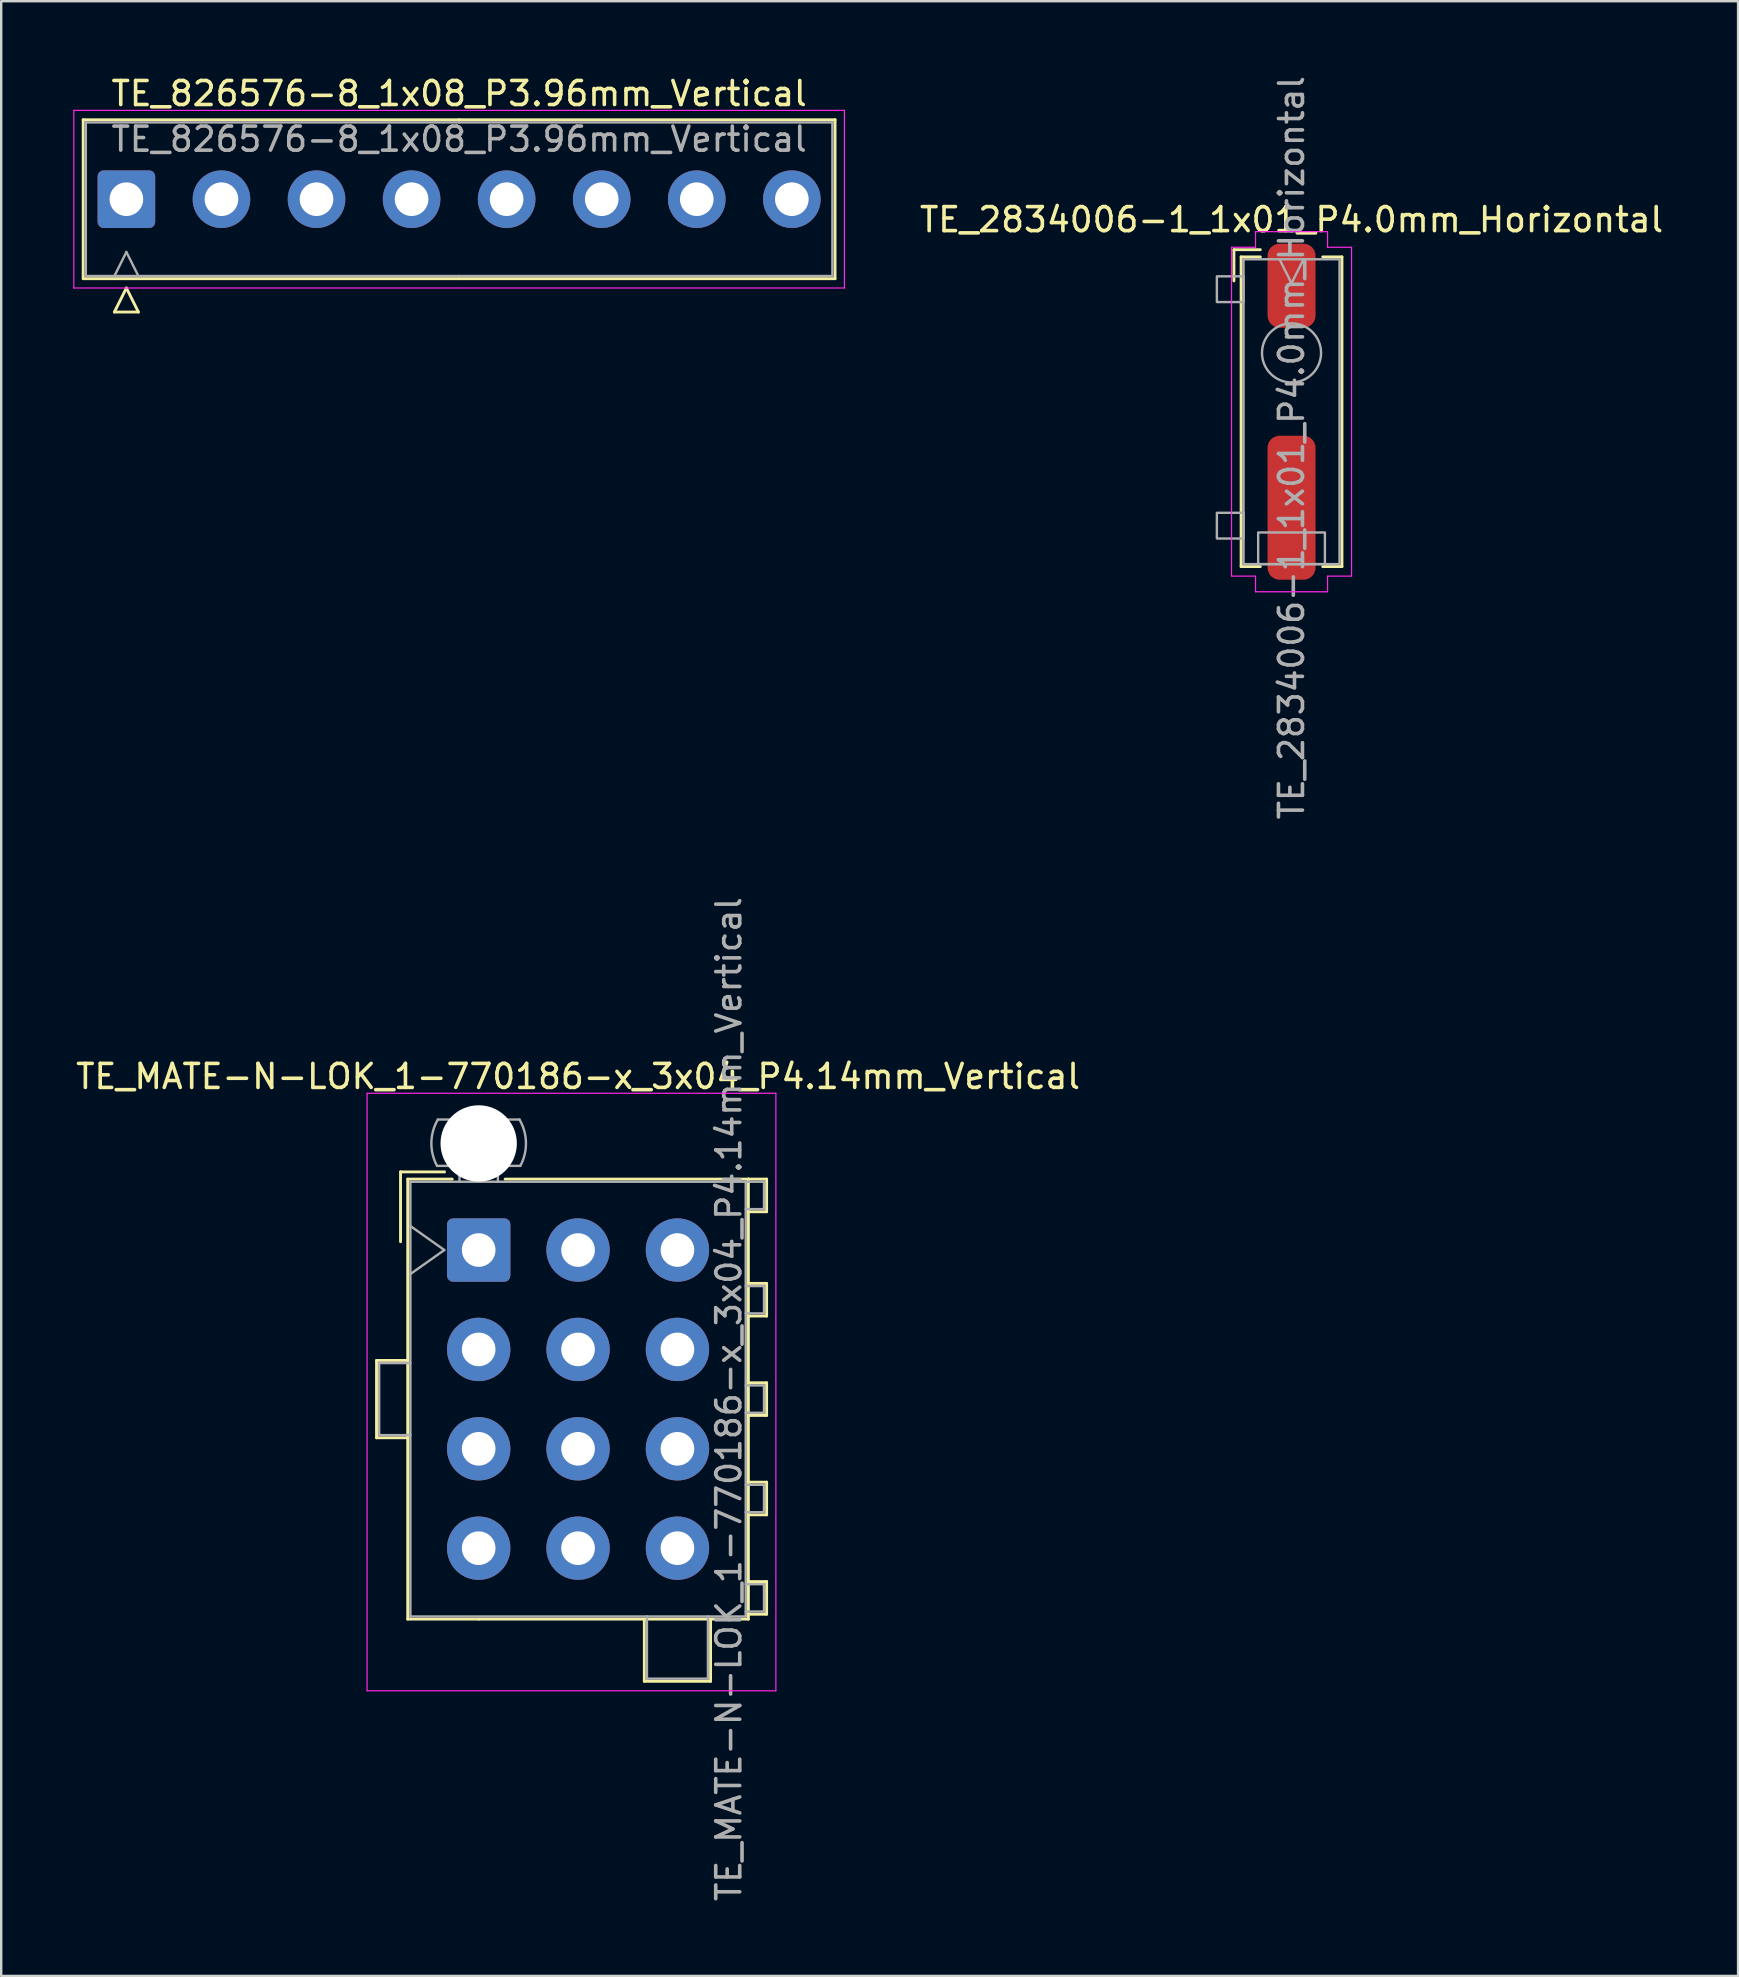
<source format=kicad_pcb>
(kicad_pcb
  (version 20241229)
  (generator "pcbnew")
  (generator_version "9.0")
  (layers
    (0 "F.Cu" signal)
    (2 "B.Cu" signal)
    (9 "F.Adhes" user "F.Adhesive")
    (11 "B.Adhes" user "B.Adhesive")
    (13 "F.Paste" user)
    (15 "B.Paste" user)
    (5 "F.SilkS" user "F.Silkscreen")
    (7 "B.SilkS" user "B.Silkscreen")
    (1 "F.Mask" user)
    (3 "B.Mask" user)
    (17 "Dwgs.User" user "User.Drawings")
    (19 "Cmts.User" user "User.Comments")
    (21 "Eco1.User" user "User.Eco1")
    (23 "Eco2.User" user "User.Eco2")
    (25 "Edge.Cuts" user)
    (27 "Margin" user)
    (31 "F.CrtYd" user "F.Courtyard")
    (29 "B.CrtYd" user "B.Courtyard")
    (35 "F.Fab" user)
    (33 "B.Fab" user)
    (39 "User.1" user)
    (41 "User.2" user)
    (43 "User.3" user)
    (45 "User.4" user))
  (footprint "TE_MATE-N-LOK_1-770186-x_3x04_P4.14mm_Vertical"
    (layer "F.Cu")
    (at 16.89 49.022)
    (property "Reference" "TE_MATE-N-LOK_1-770186-x_3x04_P4.14mm_Vertical" (at 4.14 -7.23 0) (layer "F.SilkS") (effects (font (size 1 1) (thickness 0.15))))
    (attr through_hole)
    (fp_line (start -4.255 4.6) (end -4.255 7.82) (stroke (width 0.12) (type solid)) (layer "F.SilkS"))
    (fp_line (start -4.255 7.82) (end -2.955 7.82) (stroke (width 0.12) (type solid)) (layer "F.SilkS"))
    (fp_line (start -3.255 -3.255) (end -3.255 -0.345) (stroke (width 0.12) (type solid)) (layer "F.SilkS"))
    (fp_line (start -2.955 -2.955) (end -2.955 15.375) (stroke (width 0.12) (type solid)) (layer "F.SilkS"))
    (fp_line (start -2.955 4.6) (end -4.255 4.6) (stroke (width 0.12) (type solid)) (layer "F.SilkS"))
    (fp_line (start -2.955 15.375) (end 0 15.375) (stroke (width 0.12) (type solid)) (layer "F.SilkS"))
    (fp_line (start -1.421 -3.255) (end -3.255 -3.255) (stroke (width 0.12) (type solid)) (layer "F.SilkS"))
    (fp_line (start -1.103 -2.955) (end -2.955 -2.955) (stroke (width 0.12) (type solid)) (layer "F.SilkS"))
    (fp_line (start 1.103 -2.955) (end 11.235 -2.955) (stroke (width 0.12) (type solid)) (layer "F.SilkS"))
    (fp_line (start 6.9 15.375) (end 6.9 17.966) (stroke (width 0.12) (type solid)) (layer "F.SilkS"))
    (fp_line (start 6.9 17.966) (end 9.66 17.966) (stroke (width 0.12) (type solid)) (layer "F.SilkS"))
    (fp_line (start 9.66 17.966) (end 9.66 15.375) (stroke (width 0.12) (type solid)) (layer "F.SilkS"))
    (fp_line (start 11.235 -2.955) (end 11.235 15.375) (stroke (width 0.12) (type solid)) (layer "F.SilkS"))
    (fp_line (start 11.235 -2.955) (end 11.995 -2.955) (stroke (width 0.12) (type solid)) (layer "F.SilkS"))
    (fp_line (start 11.235 1.39) (end 11.995 1.39) (stroke (width 0.12) (type solid)) (layer "F.SilkS"))
    (fp_line (start 11.235 5.53) (end 11.995 5.53) (stroke (width 0.12) (type solid)) (layer "F.SilkS"))
    (fp_line (start 11.235 9.67) (end 11.995 9.67) (stroke (width 0.12) (type solid)) (layer "F.SilkS"))
    (fp_line (start 11.235 13.81) (end 11.995 13.81) (stroke (width 0.12) (type solid)) (layer "F.SilkS"))
    (fp_line (start 11.235 15.375) (end 0 15.375) (stroke (width 0.12) (type solid)) (layer "F.SilkS"))
    (fp_line (start 11.995 -2.955) (end 11.995 -1.595) (stroke (width 0.12) (type solid)) (layer "F.SilkS"))
    (fp_line (start 11.995 -1.595) (end 11.235 -1.595) (stroke (width 0.12) (type solid)) (layer "F.SilkS"))
    (fp_line (start 11.995 1.39) (end 11.995 2.75) (stroke (width 0.12) (type solid)) (layer "F.SilkS"))
    (fp_line (start 11.995 2.75) (end 11.235 2.75) (stroke (width 0.12) (type solid)) (layer "F.SilkS"))
    (fp_line (start 11.995 5.53) (end 11.995 6.89) (stroke (width 0.12) (type solid)) (layer "F.SilkS"))
    (fp_line (start 11.995 6.89) (end 11.235 6.89) (stroke (width 0.12) (type solid)) (layer "F.SilkS"))
    (fp_line (start 11.995 9.67) (end 11.995 11.03) (stroke (width 0.12) (type solid)) (layer "F.SilkS"))
    (fp_line (start 11.995 11.03) (end 11.235 11.03) (stroke (width 0.12) (type solid)) (layer "F.SilkS"))
    (fp_line (start 11.995 13.81) (end 11.995 15.17) (stroke (width 0.12) (type solid)) (layer "F.SilkS"))
    (fp_line (start 11.995 15.17) (end 11.235 15.17) (stroke (width 0.12) (type solid)) (layer "F.SilkS"))
    (fp_line (start -4.65 -6.53) (end -4.65 18.36) (stroke (width 0.05) (type solid)) (layer "F.CrtYd"))
    (fp_line (start -4.65 18.36) (end 12.38 18.36) (stroke (width 0.05) (type solid)) (layer "F.CrtYd"))
    (fp_line (start 12.38 -6.53) (end -4.65 -6.53) (stroke (width 0.05) (type solid)) (layer "F.CrtYd"))
    (fp_line (start 12.38 18.36) (end 12.38 -6.53) (stroke (width 0.05) (type solid)) (layer "F.CrtYd"))
    (fp_line (start -4.145 4.71) (end -4.145 7.71) (stroke (width 0.1) (type solid)) (layer "F.Fab"))
    (fp_line (start -4.145 7.71) (end -2.845 7.71) (stroke (width 0.1) (type solid)) (layer "F.Fab"))
    (fp_line (start -2.845 -2.845) (end -2.845 15.265) (stroke (width 0.1) (type solid)) (layer "F.Fab"))
    (fp_line (start -2.845 -1) (end -1.431 0) (stroke (width 0.1) (type solid)) (layer "F.Fab"))
    (fp_line (start -2.845 4.71) (end -4.145 4.71) (stroke (width 0.1) (type solid)) (layer "F.Fab"))
    (fp_line (start -2.845 15.265) (end 11.125 15.265) (stroke (width 0.1) (type solid)) (layer "F.Fab"))
    (fp_line (start -1.431 0) (end -2.845 1) (stroke (width 0.1) (type solid)) (layer "F.Fab"))
    (fp_line (start -0.8 -2.845) (end -0.8 -3.505) (stroke (width 0.1) (type solid)) (layer "F.Fab"))
    (fp_line (start 0.8 -2.845) (end 0.8 -3.505) (stroke (width 0.1) (type solid)) (layer "F.Fab"))
    (fp_line (start 1.7 -5.436) (end -1.7 -5.436) (stroke (width 0.1) (type solid)) (layer "F.Fab"))
    (fp_line (start 1.734 -3.505) (end -1.734 -3.505) (stroke (width 0.1) (type solid)) (layer "F.Fab"))
    (fp_line (start 7.01 15.265) (end 7.01 17.856) (stroke (width 0.1) (type solid)) (layer "F.Fab"))
    (fp_line (start 7.01 17.856) (end 9.55 17.856) (stroke (width 0.1) (type solid)) (layer "F.Fab"))
    (fp_line (start 9.55 17.856) (end 9.55 15.265) (stroke (width 0.1) (type solid)) (layer "F.Fab"))
    (fp_line (start 11.125 -2.845) (end -2.845 -2.845) (stroke (width 0.1) (type solid)) (layer "F.Fab"))
    (fp_line (start 11.125 -2.845) (end 11.885 -2.845) (stroke (width 0.1) (type solid)) (layer "F.Fab"))
    (fp_line (start 11.125 1.5) (end 11.885 1.5) (stroke (width 0.1) (type solid)) (layer "F.Fab"))
    (fp_line (start 11.125 5.64) (end 11.885 5.64) (stroke (width 0.1) (type solid)) (layer "F.Fab"))
    (fp_line (start 11.125 9.78) (end 11.885 9.78) (stroke (width 0.1) (type solid)) (layer "F.Fab"))
    (fp_line (start 11.125 13.92) (end 11.885 13.92) (stroke (width 0.1) (type solid)) (layer "F.Fab"))
    (fp_line (start 11.125 15.265) (end 11.125 -2.845) (stroke (width 0.1) (type solid)) (layer "F.Fab"))
    (fp_line (start 11.885 -2.845) (end 11.885 -1.705) (stroke (width 0.1) (type solid)) (layer "F.Fab"))
    (fp_line (start 11.885 -1.705) (end 11.125 -1.705) (stroke (width 0.1) (type solid)) (layer "F.Fab"))
    (fp_line (start 11.885 1.5) (end 11.885 2.64) (stroke (width 0.1) (type solid)) (layer "F.Fab"))
    (fp_line (start 11.885 2.64) (end 11.125 2.64) (stroke (width 0.1) (type solid)) (layer "F.Fab"))
    (fp_line (start 11.885 5.64) (end 11.885 6.78) (stroke (width 0.1) (type solid)) (layer "F.Fab"))
    (fp_line (start 11.885 6.78) (end 11.125 6.78) (stroke (width 0.1) (type solid)) (layer "F.Fab"))
    (fp_line (start 11.885 9.78) (end 11.885 10.92) (stroke (width 0.1) (type solid)) (layer "F.Fab"))
    (fp_line (start 11.885 10.92) (end 11.125 10.92) (stroke (width 0.1) (type solid)) (layer "F.Fab"))
    (fp_line (start 11.885 13.92) (end 11.885 15.06) (stroke (width 0.1) (type solid)) (layer "F.Fab"))
    (fp_line (start 11.885 15.06) (end 11.125 15.06) (stroke (width 0.1) (type solid)) (layer "F.Fab"))
    (fp_arc (start -1.733977 -3.505) (mid -1.96969 -4.474992) (end -1.699672 -5.436) (stroke (width 0.1) (type solid)) (layer "F.Fab"))
    (fp_arc (start 1.699672 -5.436) (mid 1.969689 -4.474992) (end 1.733977 -3.505) (stroke (width 0.1) (type solid)) (layer "F.Fab"))
    (fp_text user "${REFERENCE}" (at 10.42 6.21 90) (layer "F.Fab") (effects (font (size 1 1) (thickness 0.15))))
    (pad "" np_thru_hole circle (at 0 -4.44) (size 3.18 3.18) (drill 3.18) (layers "*.Cu" "*.Mask"))
    (pad "1" thru_hole roundrect (at 0 0) (size 2.64 2.64) (drill 1.4) (layers "*.Cu" "*.Mask") (roundrect_rratio 0.095))
    (pad "2" thru_hole circle (at 0 4.14) (size 2.64 2.64) (drill 1.4) (layers "*.Cu" "*.Mask"))
    (pad "3" thru_hole circle (at 0 8.28) (size 2.64 2.64) (drill 1.4) (layers "*.Cu" "*.Mask"))
    (pad "4" thru_hole circle (at 0 12.42) (size 2.64 2.64) (drill 1.4) (layers "*.Cu" "*.Mask"))
    (pad "5" thru_hole circle (at 4.14 0) (size 2.64 2.64) (drill 1.4) (layers "*.Cu" "*.Mask"))
    (pad "6" thru_hole circle (at 4.14 4.14) (size 2.64 2.64) (drill 1.4) (layers "*.Cu" "*.Mask"))
    (pad "7" thru_hole circle (at 4.14 8.28) (size 2.64 2.64) (drill 1.4) (layers "*.Cu" "*.Mask"))
    (pad "8" thru_hole circle (at 4.14 12.42) (size 2.64 2.64) (drill 1.4) (layers "*.Cu" "*.Mask"))
    (pad "9" thru_hole circle (at 8.28 0) (size 2.64 2.64) (drill 1.4) (layers "*.Cu" "*.Mask"))
    (pad "10" thru_hole circle (at 8.28 4.14) (size 2.64 2.64) (drill 1.4) (layers "*.Cu" "*.Mask"))
    (pad "11" thru_hole circle (at 8.28 8.28) (size 2.64 2.64) (drill 1.4) (layers "*.Cu" "*.Mask"))
    (pad "12" thru_hole circle (at 8.28 12.42) (size 2.64 2.64) (drill 1.4) (layers "*.Cu" "*.Mask")))
  (footprint "TE_826576-8_1x08_P3.96mm_Vertical"
    (layer "F.Cu")
    (at 2.215 5.248)
    (property "Reference" "TE_826576-8_1x08_P3.96mm_Vertical" (at 13.86 -4.4 0) (layer "F.SilkS") (effects (font (size 1 1) (thickness 0.15))))
    (attr through_hole)
    (fp_line (start -1.8 -3.31) (end -1.8 3.31) (stroke (width 0.12) (type solid)) (layer "F.SilkS"))
    (fp_line (start -1.8 3.31) (end 13.86 3.31) (stroke (width 0.12) (type solid)) (layer "F.SilkS"))
    (fp_line (start -0.5 4.7) (end 0 3.7) (stroke (width 0.12) (type solid)) (layer "F.SilkS"))
    (fp_line (start 0 3.7) (end 0.5 4.7) (stroke (width 0.12) (type solid)) (layer "F.SilkS"))
    (fp_line (start 0.5 4.7) (end -0.5 4.7) (stroke (width 0.12) (type solid)) (layer "F.SilkS"))
    (fp_line (start 13.86 -3.31) (end -1.8 -3.31) (stroke (width 0.12) (type solid)) (layer "F.SilkS"))
    (fp_line (start 13.86 -3.31) (end 29.52 -3.31) (stroke (width 0.12) (type solid)) (layer "F.SilkS"))
    (fp_line (start 29.52 -3.31) (end 29.52 3.31) (stroke (width 0.12) (type solid)) (layer "F.SilkS"))
    (fp_line (start 29.52 3.31) (end 13.86 3.31) (stroke (width 0.12) (type solid)) (layer "F.SilkS"))
    (fp_line (start -2.19 -3.7) (end -2.19 3.7) (stroke (width 0.05) (type solid)) (layer "F.CrtYd"))
    (fp_line (start -2.19 3.7) (end 29.91 3.7) (stroke (width 0.05) (type solid)) (layer "F.CrtYd"))
    (fp_line (start 29.91 -3.7) (end -2.19 -3.7) (stroke (width 0.05) (type solid)) (layer "F.CrtYd"))
    (fp_line (start 29.91 3.7) (end 29.91 -3.7) (stroke (width 0.05) (type solid)) (layer "F.CrtYd"))
    (fp_line (start -1.69 -3.2) (end -1.69 3.2) (stroke (width 0.1) (type solid)) (layer "F.Fab"))
    (fp_line (start -1.69 3.2) (end 13.86 3.2) (stroke (width 0.1) (type solid)) (layer "F.Fab"))
    (fp_line (start -0.5 3.2) (end 0 2.2) (stroke (width 0.1) (type solid)) (layer "F.Fab"))
    (fp_line (start 0 2.2) (end 0.5 3.2) (stroke (width 0.1) (type solid)) (layer "F.Fab"))
    (fp_line (start 13.86 -3.2) (end -1.69 -3.2) (stroke (width 0.1) (type solid)) (layer "F.Fab"))
    (fp_line (start 13.86 -3.2) (end 29.41 -3.2) (stroke (width 0.1) (type solid)) (layer "F.Fab"))
    (fp_line (start 29.41 -3.2) (end 29.41 3.2) (stroke (width 0.1) (type solid)) (layer "F.Fab"))
    (fp_line (start 29.41 3.2) (end 13.86 3.2) (stroke (width 0.1) (type solid)) (layer "F.Fab"))
    (fp_text user "${REFERENCE}" (at 13.86 -2.5 0) (layer "F.Fab") (effects (font (size 1 1) (thickness 0.15))))
    (pad "1" thru_hole roundrect (at 0 0) (size 2.4 2.4) (drill 1.4) (layers "*.Cu" "*.Mask") (roundrect_rratio 0.104))
    (pad "2" thru_hole circle (at 3.96 0) (size 2.4 2.4) (drill 1.4) (layers "*.Cu" "*.Mask"))
    (pad "3" thru_hole circle (at 7.92 0) (size 2.4 2.4) (drill 1.4) (layers "*.Cu" "*.Mask"))
    (pad "4" thru_hole circle (at 11.88 0) (size 2.4 2.4) (drill 1.4) (layers "*.Cu" "*.Mask"))
    (pad "5" thru_hole circle (at 15.84 0) (size 2.4 2.4) (drill 1.4) (layers "*.Cu" "*.Mask"))
    (pad "6" thru_hole circle (at 19.8 0) (size 2.4 2.4) (drill 1.4) (layers "*.Cu" "*.Mask"))
    (pad "7" thru_hole circle (at 23.76 0) (size 2.4 2.4) (drill 1.4) (layers "*.Cu" "*.Mask"))
    (pad "8" thru_hole circle (at 27.72 0) (size 2.4 2.4) (drill 1.4) (layers "*.Cu" "*.Mask")))
  (footprint "TE_2834006-1_1x01_P4.0mm_Horizontal"
    (layer "F.Cu")
    (at 50.751 14.101)
    (property "Reference" "TE_2834006-1_1x01_P4.0mm_Horizontal" (at 0 -8 0) (unlocked yes) (layer "F.SilkS") (effects (font (size 1 1) (thickness 0.15))))
    (attr smd)
    (fp_line (start -2.4 -6.75) (end -2.4 -5.45) (stroke (width 0.12) (type solid)) (layer "F.SilkS"))
    (fp_line (start -2.1 -6.45) (end -1.3 -6.45) (stroke (width 0.12) (type solid)) (layer "F.SilkS"))
    (fp_line (start -2.1 6.45) (end -2.1 -6.45) (stroke (width 0.12) (type solid)) (layer "F.SilkS"))
    (fp_line (start -2.1 6.45) (end -1.3 6.45) (stroke (width 0.12) (type solid)) (layer "F.SilkS"))
    (fp_line (start -1.3 -6.75) (end -2.4 -6.75) (stroke (width 0.12) (type solid)) (layer "F.SilkS"))
    (fp_line (start 2.1 -6.45) (end 1.3 -6.45) (stroke (width 0.12) (type solid)) (layer "F.SilkS"))
    (fp_line (start 2.1 -6.45) (end 2.1 6.45) (stroke (width 0.12) (type solid)) (layer "F.SilkS"))
    (fp_line (start 2.1 6.45) (end 1.3 6.45) (stroke (width 0.12) (type solid)) (layer "F.SilkS"))
    (fp_line (start -2.5 -6.85) (end -2.5 6.85) (stroke (width 0.05) (type solid)) (layer "F.CrtYd"))
    (fp_line (start -2.5 -6.85) (end -1.5 -6.85) (stroke (width 0.05) (type solid)) (layer "F.CrtYd"))
    (fp_line (start -1.5 -7.5) (end 1.5 -7.5) (stroke (width 0.05) (type solid)) (layer "F.CrtYd"))
    (fp_line (start -1.5 -6.85) (end -1.5 -7.5) (stroke (width 0.05) (type solid)) (layer "F.CrtYd"))
    (fp_line (start -1.5 6.85) (end -2.5 6.85) (stroke (width 0.05) (type solid)) (layer "F.CrtYd"))
    (fp_line (start -1.5 7.5) (end -1.5 6.85) (stroke (width 0.05) (type solid)) (layer "F.CrtYd"))
    (fp_line (start 1.5 -7.5) (end 1.5 -6.85) (stroke (width 0.05) (type solid)) (layer "F.CrtYd"))
    (fp_line (start 1.5 -6.85) (end 2.5 -6.85) (stroke (width 0.05) (type solid)) (layer "F.CrtYd"))
    (fp_line (start 1.5 6.85) (end 1.5 7.5) (stroke (width 0.05) (type solid)) (layer "F.CrtYd"))
    (fp_line (start 1.5 7.5) (end -1.5 7.5) (stroke (width 0.05) (type solid)) (layer "F.CrtYd"))
    (fp_line (start 2.5 -6.85) (end 2.5 6.85) (stroke (width 0.05) (type solid)) (layer "F.CrtYd"))
    (fp_line (start 2.5 6.85) (end 1.5 6.85) (stroke (width 0.05) (type solid)) (layer "F.CrtYd"))
    (fp_line (start 0 -5.35) (end -0.5 -6.35) (stroke (width 0.1) (type solid)) (layer "F.Fab"))
    (fp_line (start 0.5 -6.35) (end 0 -5.35) (stroke (width 0.1) (type solid)) (layer "F.Fab"))
    (fp_rect (start -3.11 -5.64) (end -2 -4.569) (stroke (width 0.1) (type solid)) (fill no) (layer "F.Fab"))
    (fp_rect (start -3.11 4.21) (end -2 5.282) (stroke (width 0.1) (type solid)) (fill no) (layer "F.Fab"))
    (fp_rect (start -2 -6.35) (end 2 6.35) (stroke (width 0.1) (type solid)) (fill no) (layer "F.Fab"))
    (fp_rect (start -1.39 5.03) (end 1.39 6.35) (stroke (width 0.1) (type solid)) (fill no) (layer "F.Fab"))
    (fp_circle (center 0 -2.45) (end 1.23 -2.45) (stroke (width 0.1) (type solid)) (fill no) (layer "F.Fab"))
    (fp_text user "${REFERENCE}" (at 0 1.5 90) (unlocked yes) (layer "F.Fab") (effects (font (size 1 1) (thickness 0.15))))
    (pad "1" smd roundrect (at 0 -5.25) (size 2 3.5) (layers "F.Cu" "F.Mask" "F.Paste") (roundrect_rratio 0.25))
    (pad "1" smd roundrect (at 0 4) (size 2 6) (layers "F.Cu" "F.Mask" "F.Paste") (roundrect_rratio 0.25)))
  (gr_rect
    (start -3 -3)
    (end 69.352 79.262)
    (stroke (width 0.1) (type default))
    (fill no)
    (layer "Edge.Cuts")))
</source>
